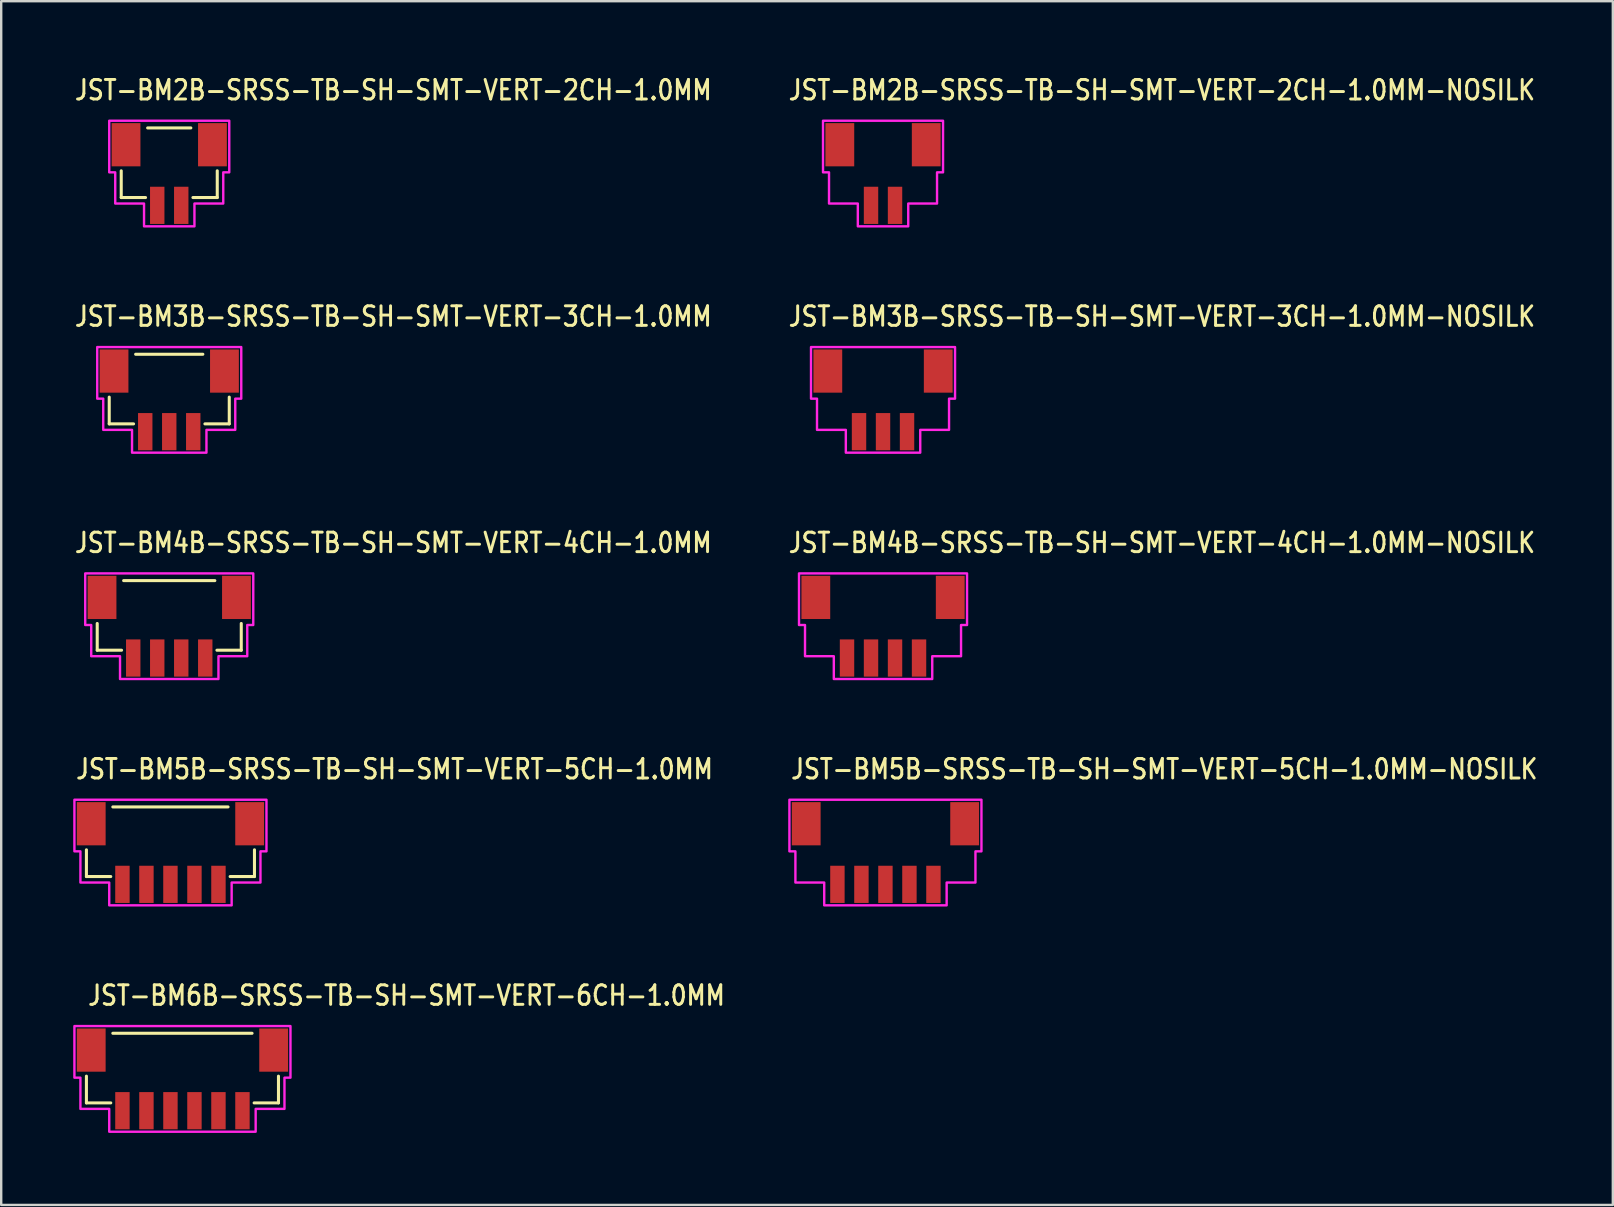
<source format=kicad_pcb>
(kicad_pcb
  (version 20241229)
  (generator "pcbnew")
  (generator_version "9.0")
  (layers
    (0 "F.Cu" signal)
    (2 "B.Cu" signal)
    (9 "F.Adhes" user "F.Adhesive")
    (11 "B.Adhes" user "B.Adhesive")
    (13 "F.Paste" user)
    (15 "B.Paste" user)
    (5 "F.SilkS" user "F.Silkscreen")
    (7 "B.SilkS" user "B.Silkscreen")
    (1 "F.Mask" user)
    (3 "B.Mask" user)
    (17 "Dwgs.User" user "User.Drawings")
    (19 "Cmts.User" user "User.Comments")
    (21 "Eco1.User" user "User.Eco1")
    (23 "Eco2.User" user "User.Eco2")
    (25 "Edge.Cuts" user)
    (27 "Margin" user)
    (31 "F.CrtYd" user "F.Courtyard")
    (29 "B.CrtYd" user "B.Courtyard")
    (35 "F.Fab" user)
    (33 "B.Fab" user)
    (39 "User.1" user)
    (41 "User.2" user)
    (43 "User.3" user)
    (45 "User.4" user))
  (footprint "JST-BM3B-SRSS-TB-SH-SMT-VERT-3CH-1.0MM"
    (layer "F.Cu")
    (at 4 13.607)
    (property "Reference" "JST-BM3B-SRSS-TB-SH-SMT-VERT-3CH-1.0MM" (at -4 -3 0) (unlocked yes) (layer "F.SilkS") (effects (font (size 0.813 0.695) (thickness 0.122)) (justify left bottom)))
    (fp_line (start -2.5 -0.114) (end -2.5 1) (stroke (width 0.127) (type solid)) (layer "F.SilkS"))
    (fp_line (start -2.5 1) (end -1.486 1) (stroke (width 0.127) (type solid)) (layer "F.SilkS"))
    (fp_line (start -1.4 -1.9) (end 1.4 -1.9) (stroke (width 0.127) (type solid)) (layer "F.SilkS"))
    (fp_line (start 1.486 1) (end 2.5 1) (stroke (width 0.127) (type solid)) (layer "F.SilkS"))
    (fp_line (start 2.5 1) (end 2.5 -0.114) (stroke (width 0.127) (type solid)) (layer "F.SilkS"))
    (fp_poly (pts (xy -3 -2.2) (xy -3 -0.05) (xy -2.75 -0.05) (xy -2.75 1.25) (xy -1.55 1.25) (xy -1.55 2.2) (xy 1.55 2.2) (xy 1.55 1.25) (xy 2.75 1.25) (xy 2.75 -0.05) (xy 3 -0.05) (xy 3 -2.2)) (stroke (width 0.1) (type solid)) (fill no) (layer "F.CrtYd"))
    (pad "1" smd rect (at -1 1.325) (size 0.6 1.55) (layers "F.Cu" "F.Mask" "F.Paste"))
    (pad "2" smd rect (at 0 1.325) (size 0.6 1.55) (layers "F.Cu" "F.Mask" "F.Paste"))
    (pad "3" smd rect (at 1 1.325) (size 0.6 1.55) (layers "F.Cu" "F.Mask" "F.Paste"))
    (pad "S_3" smd rect (at 2.3 -1.2) (size 1.2 1.8) (layers "F.Cu" "F.Mask" "F.Paste"))
    (pad "S_4" smd rect (at -2.3 -1.2) (size 1.2 1.8) (layers "F.Cu" "F.Mask" "F.Paste")))
  (footprint "JST-BM5B-SRSS-TB-SH-SMT-VERT-5CH-1.0MM-NOSILK"
    (layer "F.Cu")
    (at 33.834 32.464)
    (property "Reference" "JST-BM5B-SRSS-TB-SH-SMT-VERT-5CH-1.0MM-NOSILK" (at -4 -3 0) (unlocked yes) (layer "F.SilkS") (effects (font (size 0.813 0.695) (thickness 0.122)) (justify left bottom)))
    (fp_poly (pts (xy -4 -2.2) (xy -4 -0.05) (xy -3.75 -0.05) (xy -3.75 1.25) (xy -2.55 1.25) (xy -2.55 2.2) (xy 2.55 2.2) (xy 2.55 1.25) (xy 3.75 1.25) (xy 3.75 -0.05) (xy 4 -0.05) (xy 4 -2.2)) (stroke (width 0.1) (type solid)) (fill no) (layer "F.CrtYd"))
    (pad "1" smd rect (at -2 1.325) (size 0.6 1.55) (layers "F.Cu" "F.Mask" "F.Paste"))
    (pad "2" smd rect (at -1 1.325) (size 0.6 1.55) (layers "F.Cu" "F.Mask" "F.Paste"))
    (pad "3" smd rect (at 0 1.325) (size 0.6 1.55) (layers "F.Cu" "F.Mask" "F.Paste"))
    (pad "4" smd rect (at 1 1.325) (size 0.6 1.55) (layers "F.Cu" "F.Mask" "F.Paste"))
    (pad "5" smd rect (at 2 1.325) (size 0.6 1.55) (layers "F.Cu" "F.Mask" "F.Paste"))
    (pad "S_5" smd rect (at 3.3 -1.2) (size 1.2 1.8) (layers "F.Cu" "F.Mask" "F.Paste"))
    (pad "S_6" smd rect (at -3.3 -1.2) (size 1.2 1.8) (layers "F.Cu" "F.Mask" "F.Paste")))
  (footprint "JST-BM2B-SRSS-TB-SH-SMT-VERT-2CH-1.0MM"
    (layer "F.Cu")
    (at 4 4.179)
    (property "Reference" "JST-BM2B-SRSS-TB-SH-SMT-VERT-2CH-1.0MM" (at -4 -3 0) (unlocked yes) (layer "F.SilkS") (effects (font (size 0.813 0.695) (thickness 0.122)) (justify left bottom)))
    (fp_line (start -2 -0.114) (end -2 1) (stroke (width 0.127) (type solid)) (layer "F.SilkS"))
    (fp_line (start -2 1) (end -0.987 1) (stroke (width 0.127) (type solid)) (layer "F.SilkS"))
    (fp_line (start -0.9 -1.9) (end 0.9 -1.9) (stroke (width 0.127) (type solid)) (layer "F.SilkS"))
    (fp_line (start 0.987 1) (end 2 1) (stroke (width 0.127) (type solid)) (layer "F.SilkS"))
    (fp_line (start 2 1) (end 2 -0.114) (stroke (width 0.127) (type solid)) (layer "F.SilkS"))
    (fp_poly (pts (xy -2.5 -2.2) (xy -2.5 -0.05) (xy -2.25 -0.05) (xy -2.25 1.25) (xy -1.05 1.25) (xy -1.05 2.2) (xy 1.05 2.2) (xy 1.05 1.25) (xy 2.25 1.25) (xy 2.25 -0.05) (xy 2.5 -0.05) (xy 2.5 -2.2)) (stroke (width 0.1) (type solid)) (fill no) (layer "F.CrtYd"))
    (pad "1" smd rect (at -0.5 1.325) (size 0.6 1.55) (layers "F.Cu" "F.Mask" "F.Paste"))
    (pad "2" smd rect (at 0.5 1.325) (size 0.6 1.55) (layers "F.Cu" "F.Mask" "F.Paste"))
    (pad "S_2" smd rect (at 1.8 -1.2) (size 1.2 1.8) (layers "F.Cu" "F.Mask" "F.Paste"))
    (pad "S_3" smd rect (at -1.8 -1.2) (size 1.2 1.8) (layers "F.Cu" "F.Mask" "F.Paste")))
  (footprint "JST-BM5B-SRSS-TB-SH-SMT-VERT-5CH-1.0MM"
    (layer "F.Cu")
    (at 4.05 32.464)
    (property "Reference" "JST-BM5B-SRSS-TB-SH-SMT-VERT-5CH-1.0MM" (at -4 -3 0) (unlocked yes) (layer "F.SilkS") (effects (font (size 0.813 0.695) (thickness 0.122)) (justify left bottom)))
    (fp_line (start -3.5 -0.114) (end -3.5 1) (stroke (width 0.127) (type solid)) (layer "F.SilkS"))
    (fp_line (start -3.5 1) (end -2.486 1) (stroke (width 0.127) (type solid)) (layer "F.SilkS"))
    (fp_line (start -2.4 -1.9) (end 2.4 -1.9) (stroke (width 0.127) (type solid)) (layer "F.SilkS"))
    (fp_line (start 2.486 1) (end 3.5 1) (stroke (width 0.127) (type solid)) (layer "F.SilkS"))
    (fp_line (start 3.5 1) (end 3.5 -0.114) (stroke (width 0.127) (type solid)) (layer "F.SilkS"))
    (fp_poly (pts (xy -4 -2.2) (xy -4 -0.05) (xy -3.75 -0.05) (xy -3.75 1.25) (xy -2.55 1.25) (xy -2.55 2.2) (xy 2.55 2.2) (xy 2.55 1.25) (xy 3.75 1.25) (xy 3.75 -0.05) (xy 4 -0.05) (xy 4 -2.2)) (stroke (width 0.1) (type solid)) (fill no) (layer "F.CrtYd"))
    (pad "1" smd rect (at -2 1.325) (size 0.6 1.55) (layers "F.Cu" "F.Mask" "F.Paste"))
    (pad "2" smd rect (at -1 1.325) (size 0.6 1.55) (layers "F.Cu" "F.Mask" "F.Paste"))
    (pad "3" smd rect (at 0 1.325) (size 0.6 1.55) (layers "F.Cu" "F.Mask" "F.Paste"))
    (pad "4" smd rect (at 1 1.325) (size 0.6 1.55) (layers "F.Cu" "F.Mask" "F.Paste"))
    (pad "5" smd rect (at 2 1.325) (size 0.6 1.55) (layers "F.Cu" "F.Mask" "F.Paste"))
    (pad "S_5" smd rect (at 3.3 -1.2) (size 1.2 1.8) (layers "F.Cu" "F.Mask" "F.Paste"))
    (pad "S_6" smd rect (at -3.3 -1.2) (size 1.2 1.8) (layers "F.Cu" "F.Mask" "F.Paste")))
  (footprint "JST-BM4B-SRSS-TB-SH-SMT-VERT-4CH-1.0MM"
    (layer "F.Cu")
    (at 4 23.036)
    (property "Reference" "JST-BM4B-SRSS-TB-SH-SMT-VERT-4CH-1.0MM" (at -4 -3 0) (unlocked yes) (layer "F.SilkS") (effects (font (size 0.813 0.695) (thickness 0.122)) (justify left bottom)))
    (fp_line (start -3 -0.114) (end -3 1) (stroke (width 0.127) (type solid)) (layer "F.SilkS"))
    (fp_line (start -3 1) (end -1.986 1) (stroke (width 0.127) (type solid)) (layer "F.SilkS"))
    (fp_line (start -1.9 -1.9) (end 1.9 -1.9) (stroke (width 0.127) (type solid)) (layer "F.SilkS"))
    (fp_line (start 1.986 1) (end 3 1) (stroke (width 0.127) (type solid)) (layer "F.SilkS"))
    (fp_line (start 3 1) (end 3 -0.114) (stroke (width 0.127) (type solid)) (layer "F.SilkS"))
    (fp_poly (pts (xy -3.5 -2.2) (xy -3.5 -0.05) (xy -3.25 -0.05) (xy -3.25 1.25) (xy -2.05 1.25) (xy -2.05 2.2) (xy 2.05 2.2) (xy 2.05 1.25) (xy 3.25 1.25) (xy 3.25 -0.05) (xy 3.5 -0.05) (xy 3.5 -2.2)) (stroke (width 0.1) (type solid)) (fill no) (layer "F.CrtYd"))
    (pad "1" smd rect (at -1.5 1.325) (size 0.6 1.55) (layers "F.Cu" "F.Mask" "F.Paste"))
    (pad "2" smd rect (at -0.5 1.325) (size 0.6 1.55) (layers "F.Cu" "F.Mask" "F.Paste"))
    (pad "3" smd rect (at 0.5 1.325) (size 0.6 1.55) (layers "F.Cu" "F.Mask" "F.Paste"))
    (pad "4" smd rect (at 1.5 1.325) (size 0.6 1.55) (layers "F.Cu" "F.Mask" "F.Paste"))
    (pad "S_4" smd rect (at 2.8 -1.2) (size 1.2 1.8) (layers "F.Cu" "F.Mask" "F.Paste"))
    (pad "S_5" smd rect (at -2.8 -1.2) (size 1.2 1.8) (layers "F.Cu" "F.Mask" "F.Paste")))
  (footprint "JST-BM4B-SRSS-TB-SH-SMT-VERT-4CH-1.0MM-NOSILK"
    (layer "F.Cu")
    (at 33.734 23.036)
    (property "Reference" "JST-BM4B-SRSS-TB-SH-SMT-VERT-4CH-1.0MM-NOSILK" (at -4 -3 0) (unlocked yes) (layer "F.SilkS") (effects (font (size 0.813 0.695) (thickness 0.122)) (justify left bottom)))
    (fp_poly (pts (xy -3.5 -2.2) (xy -3.5 -0.05) (xy -3.25 -0.05) (xy -3.25 1.25) (xy -2.05 1.25) (xy -2.05 2.2) (xy 2.05 2.2) (xy 2.05 1.25) (xy 3.25 1.25) (xy 3.25 -0.05) (xy 3.5 -0.05) (xy 3.5 -2.2)) (stroke (width 0.1) (type solid)) (fill no) (layer "F.CrtYd"))
    (pad "1" smd rect (at -1.5 1.325) (size 0.6 1.55) (layers "F.Cu" "F.Mask" "F.Paste"))
    (pad "2" smd rect (at -0.5 1.325) (size 0.6 1.55) (layers "F.Cu" "F.Mask" "F.Paste"))
    (pad "3" smd rect (at 0.5 1.325) (size 0.6 1.55) (layers "F.Cu" "F.Mask" "F.Paste"))
    (pad "4" smd rect (at 1.5 1.325) (size 0.6 1.55) (layers "F.Cu" "F.Mask" "F.Paste"))
    (pad "S_4" smd rect (at 2.8 -1.2) (size 1.2 1.8) (layers "F.Cu" "F.Mask" "F.Paste"))
    (pad "S_5" smd rect (at -2.8 -1.2) (size 1.2 1.8) (layers "F.Cu" "F.Mask" "F.Paste")))
  (footprint "JST-BM2B-SRSS-TB-SH-SMT-VERT-2CH-1.0MM-NOSILK"
    (layer "F.Cu")
    (at 33.734 4.179)
    (property "Reference" "JST-BM2B-SRSS-TB-SH-SMT-VERT-2CH-1.0MM-NOSILK" (at -4 -3 0) (unlocked yes) (layer "F.SilkS") (effects (font (size 0.813 0.695) (thickness 0.122)) (justify left bottom)))
    (fp_poly (pts (xy -2.5 -2.2) (xy -2.5 -0.05) (xy -2.25 -0.05) (xy -2.25 1.25) (xy -1.05 1.25) (xy -1.05 2.2) (xy 1.05 2.2) (xy 1.05 1.25) (xy 2.25 1.25) (xy 2.25 -0.05) (xy 2.5 -0.05) (xy 2.5 -2.2)) (stroke (width 0.1) (type solid)) (fill no) (layer "F.CrtYd"))
    (pad "1" smd rect (at -0.5 1.325) (size 0.6 1.55) (layers "F.Cu" "F.Mask" "F.Paste"))
    (pad "2" smd rect (at 0.5 1.325) (size 0.6 1.55) (layers "F.Cu" "F.Mask" "F.Paste"))
    (pad "S_2" smd rect (at 1.8 -1.2) (size 1.2 1.8) (layers "F.Cu" "F.Mask" "F.Paste"))
    (pad "S_3" smd rect (at -1.8 -1.2) (size 1.2 1.8) (layers "F.Cu" "F.Mask" "F.Paste")))
  (footprint "JST-BM3B-SRSS-TB-SH-SMT-VERT-3CH-1.0MM-NOSILK"
    (layer "F.Cu")
    (at 33.734 13.607)
    (property "Reference" "JST-BM3B-SRSS-TB-SH-SMT-VERT-3CH-1.0MM-NOSILK" (at -4 -3 0) (unlocked yes) (layer "F.SilkS") (effects (font (size 0.813 0.695) (thickness 0.122)) (justify left bottom)))
    (fp_poly (pts (xy -3 -2.2) (xy -3 -0.05) (xy -2.75 -0.05) (xy -2.75 1.25) (xy -1.55 1.25) (xy -1.55 2.2) (xy 1.55 2.2) (xy 1.55 1.25) (xy 2.75 1.25) (xy 2.75 -0.05) (xy 3 -0.05) (xy 3 -2.2)) (stroke (width 0.1) (type solid)) (fill no) (layer "F.CrtYd"))
    (pad "1" smd rect (at -1 1.325) (size 0.6 1.55) (layers "F.Cu" "F.Mask" "F.Paste"))
    (pad "2" smd rect (at 0 1.325) (size 0.6 1.55) (layers "F.Cu" "F.Mask" "F.Paste"))
    (pad "3" smd rect (at 1 1.325) (size 0.6 1.55) (layers "F.Cu" "F.Mask" "F.Paste"))
    (pad "S_3" smd rect (at 2.3 -1.2) (size 1.2 1.8) (layers "F.Cu" "F.Mask" "F.Paste"))
    (pad "S_4" smd rect (at -2.3 -1.2) (size 1.2 1.8) (layers "F.Cu" "F.Mask" "F.Paste")))
  (footprint "JST-BM6B-SRSS-TB-SH-SMT-VERT-6CH-1.0MM"
    (layer "F.Cu")
    (at 4.55 41.893)
    (property "Reference" "JST-BM6B-SRSS-TB-SH-SMT-VERT-6CH-1.0MM" (at -4 -3 0) (unlocked yes) (layer "F.SilkS") (effects (font (size 0.813 0.695) (thickness 0.122)) (justify left bottom)))
    (fp_line (start -4 -0.114) (end -4 1) (stroke (width 0.127) (type solid)) (layer "F.SilkS"))
    (fp_line (start -4 1) (end -2.986 1) (stroke (width 0.127) (type solid)) (layer "F.SilkS"))
    (fp_line (start -2.9 -1.9) (end 2.9 -1.9) (stroke (width 0.127) (type solid)) (layer "F.SilkS"))
    (fp_line (start 2.986 1) (end 4 1) (stroke (width 0.127) (type solid)) (layer "F.SilkS"))
    (fp_line (start 4 1) (end 4 -0.114) (stroke (width 0.127) (type solid)) (layer "F.SilkS"))
    (fp_poly (pts (xy -4.5 -2.2) (xy -4.5 -0.05) (xy -4.25 -0.05) (xy -4.25 1.25) (xy -3.05 1.25) (xy -3.05 2.2) (xy 3.05 2.2) (xy 3.05 1.25) (xy 4.25 1.25) (xy 4.25 -0.05) (xy 4.5 -0.05) (xy 4.5 -2.2)) (stroke (width 0.1) (type solid)) (fill no) (layer "F.CrtYd"))
    (pad "1" smd rect (at -2.5 1.325) (size 0.6 1.55) (layers "F.Cu" "F.Mask" "F.Paste"))
    (pad "2" smd rect (at -1.5 1.325) (size 0.6 1.55) (layers "F.Cu" "F.Mask" "F.Paste"))
    (pad "3" smd rect (at -0.5 1.325) (size 0.6 1.55) (layers "F.Cu" "F.Mask" "F.Paste"))
    (pad "4" smd rect (at 0.5 1.325) (size 0.6 1.55) (layers "F.Cu" "F.Mask" "F.Paste"))
    (pad "5" smd rect (at 1.5 1.325) (size 0.6 1.55) (layers "F.Cu" "F.Mask" "F.Paste"))
    (pad "6" smd rect (at 2.5 1.325) (size 0.6 1.55) (layers "F.Cu" "F.Mask" "F.Paste"))
    (pad "S_6" smd rect (at 3.8 -1.2) (size 1.2 1.8) (layers "F.Cu" "F.Mask" "F.Paste"))
    (pad "S_7" smd rect (at -3.8 -1.2) (size 1.2 1.8) (layers "F.Cu" "F.Mask" "F.Paste")))
  (gr_rect
    (start -3 -3)
    (end 64.135 47.143)
    (stroke (width 0.1) (type default))
    (fill no)
    (layer "Edge.Cuts")))
</source>
